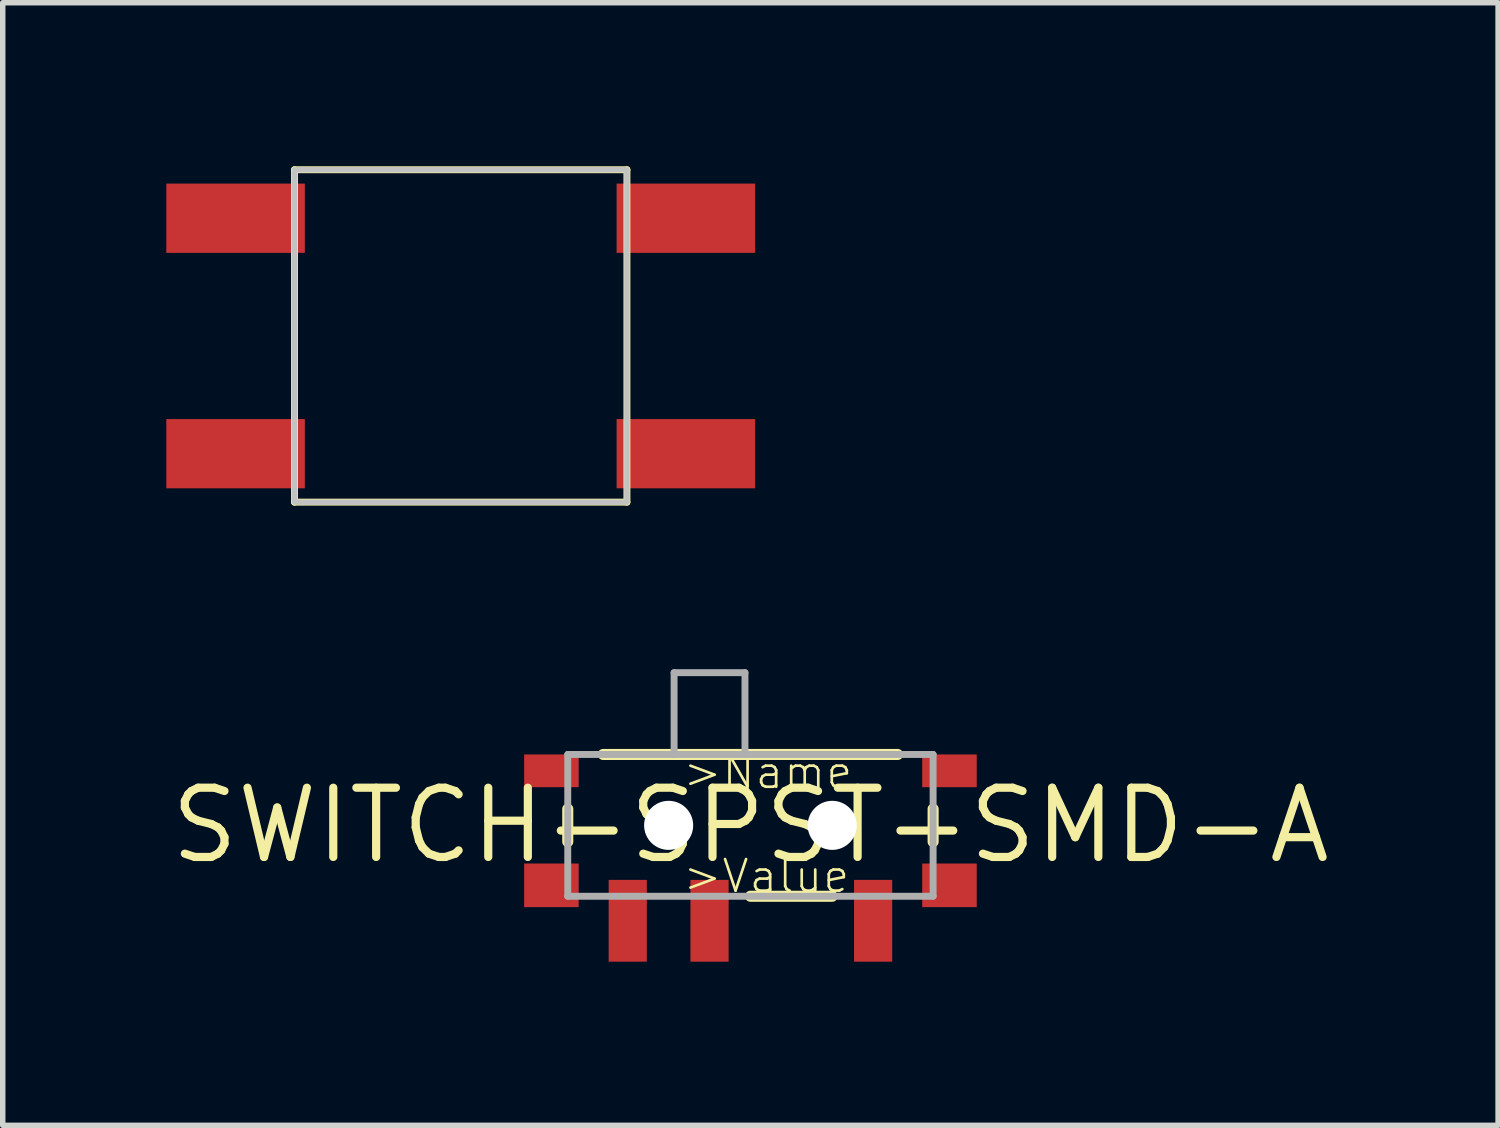
<source format=kicad_pcb>
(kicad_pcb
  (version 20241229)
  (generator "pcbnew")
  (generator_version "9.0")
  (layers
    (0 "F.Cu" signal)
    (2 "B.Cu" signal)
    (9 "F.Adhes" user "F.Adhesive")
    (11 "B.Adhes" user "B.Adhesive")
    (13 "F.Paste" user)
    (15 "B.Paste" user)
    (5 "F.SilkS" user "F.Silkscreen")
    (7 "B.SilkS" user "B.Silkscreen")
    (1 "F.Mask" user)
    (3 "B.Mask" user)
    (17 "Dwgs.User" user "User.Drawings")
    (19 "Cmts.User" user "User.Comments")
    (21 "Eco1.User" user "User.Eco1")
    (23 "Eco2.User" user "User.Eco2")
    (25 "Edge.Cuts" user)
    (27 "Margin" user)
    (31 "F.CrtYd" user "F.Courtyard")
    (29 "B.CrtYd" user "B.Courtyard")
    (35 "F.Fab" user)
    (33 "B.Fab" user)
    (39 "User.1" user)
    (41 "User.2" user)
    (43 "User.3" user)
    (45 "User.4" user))
  (footprint "SWITCH-SPST-SMD-A"
    (layer "F.Cu")
    (at 10.712 12.086)
    (property "Reference" "SWITCH-SPST-SMD-A" (at 0 0 0) (layer "F.SilkS") (effects (font (size 1.27 1.27) (thickness 0.15))))
    (attr through_hole)
    (fp_line (start -3.35 -0.3) (end -3.35 0.3) (stroke (width 0.203) (type solid)) (layer "F.SilkS"))
    (fp_line (start 1.5 1.3) (end 0 1.3) (stroke (width 0.203) (type solid)) (layer "F.SilkS"))
    (fp_line (start 2.7 -1.3) (end -2.7 -1.3) (stroke (width 0.203) (type solid)) (layer "F.SilkS"))
    (fp_line (start 3.35 -0.3) (end 3.35 0.3) (stroke (width 0.203) (type solid)) (layer "F.SilkS"))
    (fp_line (start -3.35 -1.3) (end -3.35 1.3) (stroke (width 0.127) (type solid)) (layer "F.Fab"))
    (fp_line (start -3.35 1.3) (end 3.35 1.3) (stroke (width 0.127) (type solid)) (layer "F.Fab"))
    (fp_line (start -1.4 -2.8) (end -1.4 -1.3) (stroke (width 0.127) (type solid)) (layer "F.Fab"))
    (fp_line (start -1.4 -1.3) (end -3.35 -1.3) (stroke (width 0.127) (type solid)) (layer "F.Fab"))
    (fp_line (start -0.1 -2.8) (end -1.4 -2.8) (stroke (width 0.127) (type solid)) (layer "F.Fab"))
    (fp_line (start -0.1 -1.3) (end -1.4 -1.3) (stroke (width 0.127) (type solid)) (layer "F.Fab"))
    (fp_line (start -0.1 -1.3) (end -0.1 -2.8) (stroke (width 0.127) (type solid)) (layer "F.Fab"))
    (fp_line (start 3.35 -1.3) (end -0.1 -1.3) (stroke (width 0.127) (type solid)) (layer "F.Fab"))
    (fp_line (start 3.35 1.3) (end 3.35 -1.3) (stroke (width 0.127) (type solid)) (layer "F.Fab"))
    (fp_text user ">Name" (at -1.27 -0.635 0) (layer "F.SilkS") (effects (font (size 0.579 0.579) (thickness 0.049)) (justify left bottom)))
    (fp_text user ">Value" (at -1.27 1.27 0) (layer "F.SilkS") (effects (font (size 0.579 0.579) (thickness 0.049)) (justify left bottom)))
    (pad "" np_thru_hole circle (at -1.5 0) (size 0.9 0.9) (drill 0.9) (layers "*.Cu"))
    (pad "" np_thru_hole circle (at 1.5 0) (size 0.9 0.9) (drill 0.9) (layers "*.Cu"))
    (pad "1" smd rect (at -2.25 1.75 180) (size 0.7 1.5) (layers "F.Cu" "F.Mask" "F.Paste"))
    (pad "2" smd rect (at -0.75 1.75 180) (size 0.7 1.5) (layers "F.Cu" "F.Mask" "F.Paste"))
    (pad "3" smd rect (at 2.25 1.75 180) (size 0.7 1.5) (layers "F.Cu" "F.Mask" "F.Paste"))
    (pad "GND1" smd rect (at -3.65 -1) (size 1 0.6) (layers "F.Cu" "F.Mask" "F.Paste"))
    (pad "GND2" smd rect (at -3.65 1.1) (size 1 0.8) (layers "F.Cu" "F.Mask" "F.Paste"))
    (pad "GND3" smd rect (at 3.65 -1) (size 1 0.6) (layers "F.Cu" "F.Mask" "F.Paste"))
    (pad "GND4" smd rect (at 3.65 1.1) (size 1 0.8) (layers "F.Cu" "F.Mask" "F.Paste")))
  (footprint "4P-SMD-6.2X6.2X4H"
    (layer "F.Cu")
    (at 5.399 3.111)
    (property "Reference" "4P-SMD-6.2X6.2X4H" (at -0.578 0.014 0) (layer "F.Mask") (effects (font (size 0.241 0.241) (thickness 0.02)) (justify left bottom)))
    (attr through_hole)
    (fp_line (start -3.048 -3.048) (end 3.048 -3.048) (stroke (width 0.127) (type solid)) (layer "F.SilkS"))
    (fp_line (start -3.048 3.048) (end -3.048 -3.048) (stroke (width 0.127) (type solid)) (layer "F.SilkS"))
    (fp_line (start 3.048 -3.048) (end 3.048 3.048) (stroke (width 0.127) (type solid)) (layer "F.SilkS"))
    (fp_line (start 3.048 3.048) (end -3.048 3.048) (stroke (width 0.127) (type solid)) (layer "F.SilkS"))
    (fp_poly (pts (xy -3.048 3.048) (xy 3.048 3.048) (xy 3.048 -3.048) (xy -3.048 -3.048)) (stroke (width 0.1) (type solid)) (fill no) (layer "Dwgs.User"))
    (pad "1" smd rect (at -4.129 -2.159) (size 2.54 1.27) (layers "F.Cu" "F.Mask" "F.Paste"))
    (pad "1" smd rect (at 4.129 -2.159) (size 2.54 1.27) (layers "F.Cu" "F.Mask" "F.Paste"))
    (pad "2" smd rect (at -4.129 2.159) (size 2.54 1.27) (layers "F.Cu" "F.Mask" "F.Paste"))
    (pad "2" smd rect (at 4.129 2.159) (size 2.54 1.27) (layers "F.Cu" "F.Mask" "F.Paste")))
  (gr_rect
    (start -3 -3)
    (end 24.423 17.587)
    (stroke (width 0.1) (type default))
    (fill no)
    (layer "Edge.Cuts")))
</source>
